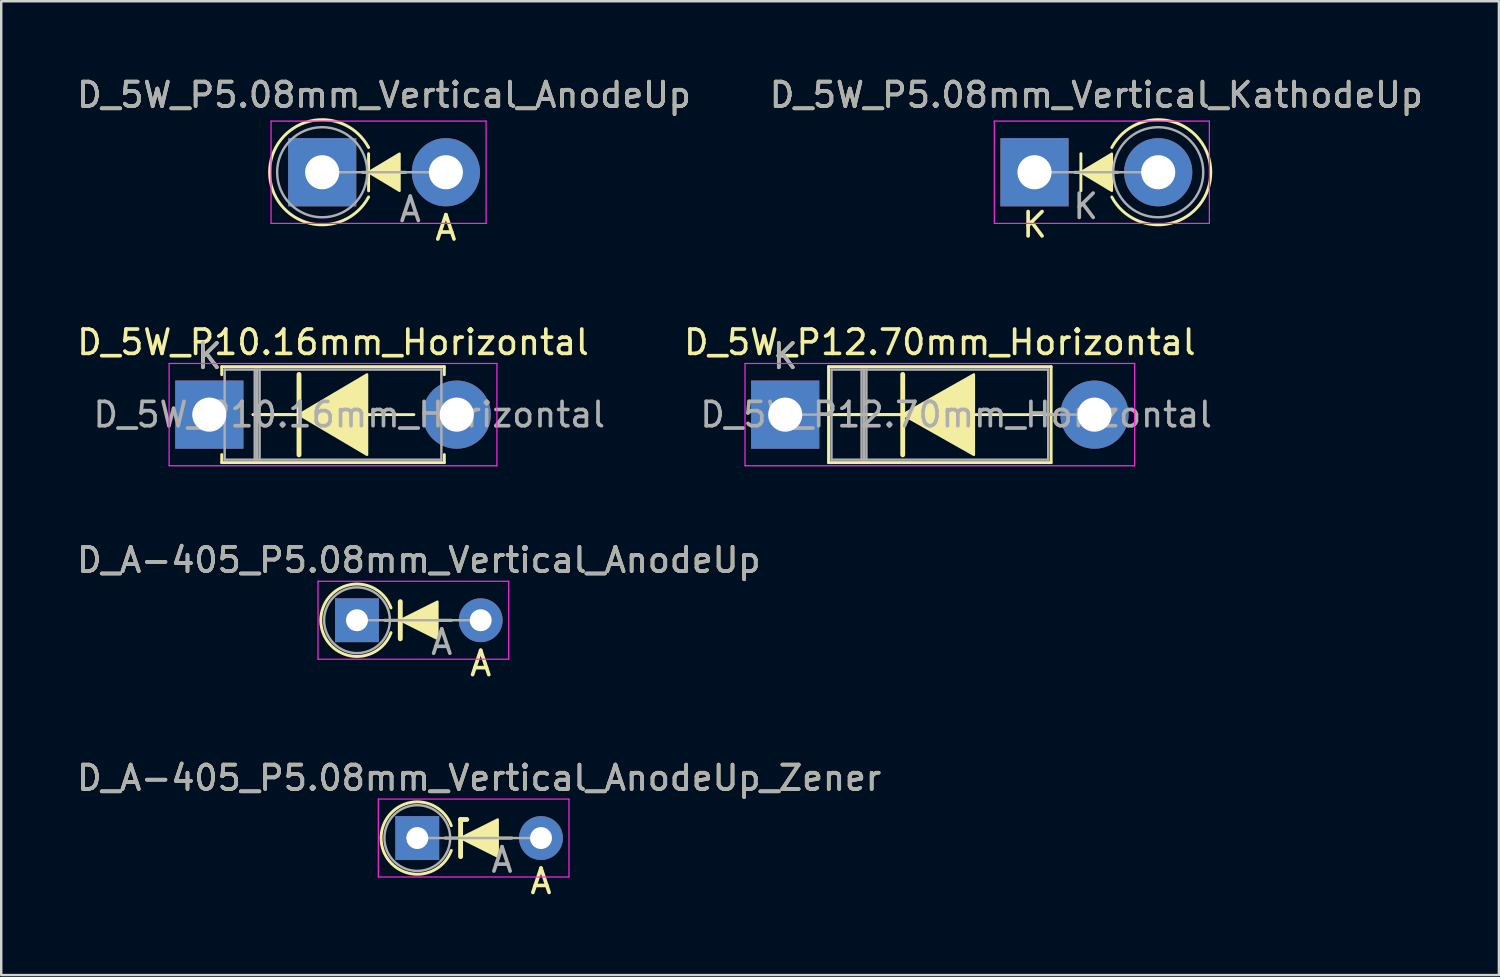
<source format=kicad_pcb>
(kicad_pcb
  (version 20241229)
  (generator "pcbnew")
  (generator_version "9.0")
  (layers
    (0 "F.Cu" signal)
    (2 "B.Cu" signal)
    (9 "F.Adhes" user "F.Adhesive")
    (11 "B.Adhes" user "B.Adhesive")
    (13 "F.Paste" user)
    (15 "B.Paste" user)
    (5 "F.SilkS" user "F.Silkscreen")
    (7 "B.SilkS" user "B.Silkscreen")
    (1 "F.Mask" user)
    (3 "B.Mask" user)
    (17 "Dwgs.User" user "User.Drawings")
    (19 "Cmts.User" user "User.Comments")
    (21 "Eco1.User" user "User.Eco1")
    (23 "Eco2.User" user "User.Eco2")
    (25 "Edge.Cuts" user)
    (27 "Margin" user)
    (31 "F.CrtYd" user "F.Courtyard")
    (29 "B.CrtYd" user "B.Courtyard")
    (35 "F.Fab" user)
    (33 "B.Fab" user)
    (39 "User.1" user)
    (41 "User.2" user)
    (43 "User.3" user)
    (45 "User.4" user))
  (footprint "D_5W_P12.70mm_Horizontal"
    (layer "F.Cu")
    (at 29.193 13.976)
    (property "Reference" "D_5W_P12.70mm_Horizontal" (at 6.35 -2.97 0) (layer "F.SilkS") (effects (font (size 1 1) (thickness 0.15))))
    (attr through_hole)
    (fp_line (start 1.64 0) (end 1.78 0) (stroke (width 0.12) (type solid)) (layer "F.SilkS"))
    (fp_line (start 1.78 -1.97) (end 1.78 1.97) (stroke (width 0.12) (type solid)) (layer "F.SilkS"))
    (fp_line (start 1.78 0) (end 4.826 0) (stroke (width 0.12) (type solid)) (layer "F.SilkS"))
    (fp_line (start 1.78 1.97) (end 10.92 1.97) (stroke (width 0.12) (type solid)) (layer "F.SilkS"))
    (fp_line (start 4.699 0) (end 2.2 0) (stroke (width 0.12) (type solid)) (layer "F.SilkS"))
    (fp_line (start 4.826 -1.651) (end 4.826 1.651) (stroke (width 0.2) (type solid)) (layer "F.SilkS"))
    (fp_line (start 10.92 -1.97) (end 1.78 -1.97) (stroke (width 0.12) (type solid)) (layer "F.SilkS"))
    (fp_line (start 10.92 0) (end 7.62 0) (stroke (width 0.12) (type solid)) (layer "F.SilkS"))
    (fp_line (start 10.92 1.97) (end 10.92 -1.97) (stroke (width 0.12) (type solid)) (layer "F.SilkS"))
    (fp_line (start 11.06 0) (end 10.92 0) (stroke (width 0.12) (type solid)) (layer "F.SilkS"))
    (fp_poly (pts (xy 7.747 1.651) (xy 4.826 0) (xy 7.747 -1.651)) (stroke (width 0.1) (type solid)) (fill yes) (layer "F.SilkS"))
    (fp_line (start -1.65 -2.1) (end -1.65 2.1) (stroke (width 0.05) (type solid)) (layer "F.CrtYd"))
    (fp_line (start -1.65 2.1) (end 14.35 2.1) (stroke (width 0.05) (type solid)) (layer "F.CrtYd"))
    (fp_line (start 14.35 -2.1) (end -1.65 -2.1) (stroke (width 0.05) (type solid)) (layer "F.CrtYd"))
    (fp_line (start 14.35 2.1) (end 14.35 -2.1) (stroke (width 0.05) (type solid)) (layer "F.CrtYd"))
    (fp_line (start 0 0) (end 1.9 0) (stroke (width 0.1) (type solid)) (layer "F.Fab"))
    (fp_line (start 1.9 -1.85) (end 1.9 1.85) (stroke (width 0.1) (type solid)) (layer "F.Fab"))
    (fp_line (start 1.9 1.85) (end 10.8 1.85) (stroke (width 0.1) (type solid)) (layer "F.Fab"))
    (fp_line (start 3.135 -1.85) (end 3.135 1.85) (stroke (width 0.1) (type solid)) (layer "F.Fab"))
    (fp_line (start 3.235 -1.85) (end 3.235 1.85) (stroke (width 0.1) (type solid)) (layer "F.Fab"))
    (fp_line (start 3.335 -1.85) (end 3.335 1.85) (stroke (width 0.1) (type solid)) (layer "F.Fab"))
    (fp_line (start 10.8 -1.85) (end 1.9 -1.85) (stroke (width 0.1) (type solid)) (layer "F.Fab"))
    (fp_line (start 10.8 1.85) (end 10.8 -1.85) (stroke (width 0.1) (type solid)) (layer "F.Fab"))
    (fp_line (start 12.7 0) (end 10.8 0) (stroke (width 0.1) (type solid)) (layer "F.Fab"))
    (fp_text user "K" (at 0 -2.4 0) (layer "F.SilkS") (effects (font (size 1 1) (thickness 0.15))))
    (fp_text user "${REFERENCE}" (at 7.018 0 0) (layer "F.Fab") (effects (font (size 1 1) (thickness 0.15))))
    (fp_text user "K" (at 0 -2.4 0) (layer "F.Fab") (effects (font (size 1 1) (thickness 0.15))))
    (pad "1" thru_hole rect (at 0 0) (size 2.8 2.8) (drill 1.4) (layers "*.Cu" "*.Mask"))
    (pad "2" thru_hole oval (at 12.7 0) (size 2.8 2.8) (drill 1.4) (layers "*.Cu" "*.Mask")))
  (footprint "D_A-405_P5.08mm_Vertical_AnodeUp_Zener"
    (layer "F.Cu")
    (at 14.085 31.363)
    (property "Reference" "D_A-405_P5.08mm_Vertical_AnodeUp_Zener" (at 2.54 -2.47 0) (layer "F.SilkS") (effects (font (size 1 1) (thickness 0.15))))
    (attr through_hole)
    (fp_line (start 1.143 0) (end 3.88 0) (stroke (width 0.12) (type solid)) (layer "F.SilkS"))
    (fp_line (start 1.778 -0.762) (end 1.778 0.762) (stroke (width 0.2) (type solid)) (layer "F.SilkS"))
    (fp_line (start 1.778 -0.762) (end 2.032 -0.762) (stroke (width 0.2) (type solid)) (layer "F.SilkS"))
    (fp_arc (start 1.396999 0.508) (mid -1.486496 0) (end 1.396999 -0.507999) (stroke (width 0.12) (type solid)) (layer "F.SilkS"))
    (fp_poly (pts (xy 3.302 0.762) (xy 1.778 0) (xy 3.302 -0.762)) (stroke (width 0.1) (type solid)) (fill yes) (layer "F.SilkS"))
    (fp_line (start -1.6 -1.6) (end -1.6 1.6) (stroke (width 0.05) (type solid)) (layer "F.CrtYd"))
    (fp_line (start -1.6 1.6) (end 6.23 1.6) (stroke (width 0.05) (type solid)) (layer "F.CrtYd"))
    (fp_line (start 6.23 -1.6) (end -1.6 -1.6) (stroke (width 0.05) (type solid)) (layer "F.CrtYd"))
    (fp_line (start 6.23 1.6) (end 6.23 -1.6) (stroke (width 0.05) (type solid)) (layer "F.CrtYd"))
    (fp_line (start 0 0) (end 5.08 0) (stroke (width 0.1) (type solid)) (layer "F.Fab"))
    (fp_circle (center 0 0) (end 1.35 0) (stroke (width 0.1) (type solid)) (fill no) (layer "F.Fab"))
    (fp_text user "A" (at 5.08 1.778 0) (layer "F.SilkS") (effects (font (size 1 1) (thickness 0.15))))
    (fp_text user "A" (at 3.48 0.9 0) (layer "F.Fab") (effects (font (size 1 1) (thickness 0.15))))
    (fp_text user "${REFERENCE}" (at 2.54 -2.47 0) (layer "F.Fab") (effects (font (size 1 1) (thickness 0.15))))
    (pad "1" thru_hole rect (at 0 0) (size 1.8 1.8) (drill 0.9) (layers "*.Cu" "*.Mask"))
    (pad "2" thru_hole oval (at 5.08 0) (size 1.8 1.8) (drill 0.9) (layers "*.Cu" "*.Mask")))
  (footprint "D_5W_P5.08mm_Vertical_KathodeUp"
    (layer "F.Cu")
    (at 39.43 4.023)
    (property "Reference" "D_5W_P5.08mm_Vertical_KathodeUp" (at 2.54 -3.175 0) (layer "F.SilkS") (effects (font (size 1 1) (thickness 0.15))))
    (attr through_hole)
    (fp_line (start 1.651 0) (end 3.429 0) (stroke (width 0.12) (type solid)) (layer "F.SilkS"))
    (fp_line (start 1.905 -0.762) (end 1.905 0.762) (stroke (width 0.12) (type solid)) (layer "F.SilkS"))
    (fp_arc (start 3.175 -1.016) (mid 7.238998 0) (end 3.175 1.016) (stroke (width 0.12) (type solid)) (layer "F.SilkS"))
    (fp_poly (pts (xy 3.175 0.762) (xy 1.905 0) (xy 3.175 -0.762)) (stroke (width 0.1) (type solid)) (fill yes) (layer "F.SilkS"))
    (fp_line (start -1.65 -2.1) (end -1.65 2.1) (stroke (width 0.05) (type solid)) (layer "F.CrtYd"))
    (fp_line (start -1.65 2.1) (end 7.18 2.1) (stroke (width 0.05) (type solid)) (layer "F.CrtYd"))
    (fp_line (start 7.18 -2.1) (end -1.65 -2.1) (stroke (width 0.05) (type solid)) (layer "F.CrtYd"))
    (fp_line (start 7.18 2.1) (end 7.18 -2.1) (stroke (width 0.05) (type solid)) (layer "F.CrtYd"))
    (fp_line (start 0 0) (end 5.08 0) (stroke (width 0.1) (type solid)) (layer "F.Fab"))
    (fp_circle (center 5.08 0) (end 6.93 0) (stroke (width 0.1) (type solid)) (fill no) (layer "F.Fab"))
    (fp_text user "K" (at 0 2.159 0) (layer "F.SilkS") (effects (font (size 1 1) (thickness 0.15))))
    (fp_text user "${REFERENCE}" (at 2.54 -3.175 0) (layer "F.Fab") (effects (font (size 1 1) (thickness 0.15))))
    (fp_text user "K" (at 2.1 1.4 0) (layer "F.Fab") (effects (font (size 1 1) (thickness 0.15))))
    (pad "1" thru_hole rect (at 0 0) (size 2.8 2.8) (drill 1.4) (layers "*.Cu" "*.Mask"))
    (pad "2" thru_hole oval (at 5.08 0) (size 2.8 2.8) (drill 1.4) (layers "*.Cu" "*.Mask")))
  (footprint "D_5W_P10.16mm_Horizontal"
    (layer "F.Cu")
    (at 5.545 13.976)
    (property "Reference" "D_5W_P10.16mm_Horizontal" (at 5.08 -2.97 0) (layer "F.SilkS") (effects (font (size 1 1) (thickness 0.15))))
    (attr through_hole)
    (fp_line (start 0.51 -1.97) (end 9.65 -1.97) (stroke (width 0.12) (type solid)) (layer "F.SilkS"))
    (fp_line (start 0.51 -1.64) (end 0.51 -1.97) (stroke (width 0.12) (type solid)) (layer "F.SilkS"))
    (fp_line (start 0.51 1.64) (end 0.51 1.97) (stroke (width 0.12) (type solid)) (layer "F.SilkS"))
    (fp_line (start 0.51 1.97) (end 9.65 1.97) (stroke (width 0.12) (type solid)) (layer "F.SilkS"))
    (fp_line (start 1.8 0) (end 3.4 0) (stroke (width 0.12) (type solid)) (layer "F.SilkS"))
    (fp_line (start 3.683 -1.651) (end 3.683 1.651) (stroke (width 0.2) (type solid)) (layer "F.SilkS"))
    (fp_line (start 3.683 0) (end 1.8 0) (stroke (width 0.12) (type solid)) (layer "F.SilkS"))
    (fp_line (start 8.4 0) (end 6.35 0) (stroke (width 0.12) (type solid)) (layer "F.SilkS"))
    (fp_line (start 9.65 -1.97) (end 9.65 -1.64) (stroke (width 0.12) (type solid)) (layer "F.SilkS"))
    (fp_line (start 9.65 1.97) (end 9.65 1.64) (stroke (width 0.12) (type solid)) (layer "F.SilkS"))
    (fp_poly (pts (xy 6.477 1.651) (xy 3.683 0) (xy 6.477 -1.651)) (stroke (width 0.1) (type solid)) (fill yes) (layer "F.SilkS"))
    (fp_line (start -1.65 -2.1) (end -1.65 2.1) (stroke (width 0.05) (type solid)) (layer "F.CrtYd"))
    (fp_line (start -1.65 2.1) (end 11.81 2.1) (stroke (width 0.05) (type solid)) (layer "F.CrtYd"))
    (fp_line (start 11.81 -2.1) (end -1.65 -2.1) (stroke (width 0.05) (type solid)) (layer "F.CrtYd"))
    (fp_line (start 11.81 2.1) (end 11.81 -2.1) (stroke (width 0.05) (type solid)) (layer "F.CrtYd"))
    (fp_line (start 0 0) (end 0.63 0) (stroke (width 0.1) (type solid)) (layer "F.Fab"))
    (fp_line (start 0.63 -1.85) (end 0.63 1.85) (stroke (width 0.1) (type solid)) (layer "F.Fab"))
    (fp_line (start 0.63 1.85) (end 9.53 1.85) (stroke (width 0.1) (type solid)) (layer "F.Fab"))
    (fp_line (start 1.865 -1.85) (end 1.865 1.85) (stroke (width 0.1) (type solid)) (layer "F.Fab"))
    (fp_line (start 1.965 -1.85) (end 1.965 1.85) (stroke (width 0.1) (type solid)) (layer "F.Fab"))
    (fp_line (start 2.065 -1.85) (end 2.065 1.85) (stroke (width 0.1) (type solid)) (layer "F.Fab"))
    (fp_line (start 9.53 -1.85) (end 0.63 -1.85) (stroke (width 0.1) (type solid)) (layer "F.Fab"))
    (fp_line (start 9.53 1.85) (end 9.53 -1.85) (stroke (width 0.1) (type solid)) (layer "F.Fab"))
    (fp_line (start 10.16 0) (end 9.53 0) (stroke (width 0.1) (type solid)) (layer "F.Fab"))
    (fp_text user "K" (at 0 -2.4 0) (layer "F.SilkS") (effects (font (size 1 1) (thickness 0.15))))
    (fp_text user "${REFERENCE}" (at 5.747 0 0) (layer "F.Fab") (effects (font (size 1 1) (thickness 0.15))))
    (fp_text user "K" (at 0 -2.4 0) (layer "F.Fab") (effects (font (size 1 1) (thickness 0.15))))
    (pad "1" thru_hole rect (at 0 0) (size 2.8 2.8) (drill 1.4) (layers "*.Cu" "*.Mask"))
    (pad "2" thru_hole oval (at 10.16 0) (size 2.8 2.8) (drill 1.4) (layers "*.Cu" "*.Mask")))
  (footprint "D_5W_P5.08mm_Vertical_AnodeUp"
    (layer "F.Cu")
    (at 10.18 4.023)
    (property "Reference" "D_5W_P5.08mm_Vertical_AnodeUp" (at 2.54 -3.175 0) (layer "F.SilkS") (effects (font (size 1 1) (thickness 0.15))))
    (attr through_hole)
    (fp_line (start 1.651 0) (end 3.429 0) (stroke (width 0.12) (type solid)) (layer "F.SilkS"))
    (fp_line (start 1.905 -0.762) (end 1.905 0.762) (stroke (width 0.12) (type solid)) (layer "F.SilkS"))
    (fp_arc (start 1.904999 1.016) (mid -2.158999 0) (end 1.904999 -1.016) (stroke (width 0.12) (type solid)) (layer "F.SilkS"))
    (fp_poly (pts (xy 3.175 0.762) (xy 1.905 0) (xy 3.175 -0.762)) (stroke (width 0.1) (type solid)) (fill yes) (layer "F.SilkS"))
    (fp_line (start -2.1 -2.1) (end -2.1 2.1) (stroke (width 0.05) (type solid)) (layer "F.CrtYd"))
    (fp_line (start -2.1 2.1) (end 6.73 2.1) (stroke (width 0.05) (type solid)) (layer "F.CrtYd"))
    (fp_line (start 6.73 -2.1) (end -2.1 -2.1) (stroke (width 0.05) (type solid)) (layer "F.CrtYd"))
    (fp_line (start 6.73 2.1) (end 6.73 -2.1) (stroke (width 0.05) (type solid)) (layer "F.CrtYd"))
    (fp_line (start 0 0) (end 5.08 0) (stroke (width 0.1) (type solid)) (layer "F.Fab"))
    (fp_circle (center 0 0) (end 1.85 0) (stroke (width 0.1) (type solid)) (fill no) (layer "F.Fab"))
    (fp_text user "A" (at 5.08 2.286 0) (layer "F.SilkS") (effects (font (size 1 1) (thickness 0.15))))
    (fp_text user "A" (at 3.615 1.527 0) (layer "F.Fab") (effects (font (size 1 1) (thickness 0.15))))
    (fp_text user "${REFERENCE}" (at 2.54 -3.175 0) (layer "F.Fab") (effects (font (size 1 1) (thickness 0.15))))
    (pad "1" thru_hole rect (at 0 0) (size 2.8 2.8) (drill 1.4) (layers "*.Cu" "*.Mask"))
    (pad "2" thru_hole oval (at 5.08 0) (size 2.8 2.8) (drill 1.4) (layers "*.Cu" "*.Mask")))
  (footprint "D_A-405_P5.08mm_Vertical_AnodeUp"
    (layer "F.Cu")
    (at 11.609 22.419)
    (property "Reference" "D_A-405_P5.08mm_Vertical_AnodeUp" (at 2.54 -2.47 0) (layer "F.SilkS") (effects (font (size 1 1) (thickness 0.15))))
    (attr through_hole)
    (fp_line (start 1.143 0) (end 3.88 0) (stroke (width 0.12) (type solid)) (layer "F.SilkS"))
    (fp_line (start 1.778 -0.762) (end 1.778 0.762) (stroke (width 0.2) (type solid)) (layer "F.SilkS"))
    (fp_arc (start 1.396999 0.508) (mid -1.486496 0) (end 1.396999 -0.507999) (stroke (width 0.12) (type solid)) (layer "F.SilkS"))
    (fp_poly (pts (xy 3.302 0.762) (xy 1.778 0) (xy 3.302 -0.762)) (stroke (width 0.1) (type solid)) (fill yes) (layer "F.SilkS"))
    (fp_line (start -1.6 -1.6) (end -1.6 1.6) (stroke (width 0.05) (type solid)) (layer "F.CrtYd"))
    (fp_line (start -1.6 1.6) (end 6.23 1.6) (stroke (width 0.05) (type solid)) (layer "F.CrtYd"))
    (fp_line (start 6.23 -1.6) (end -1.6 -1.6) (stroke (width 0.05) (type solid)) (layer "F.CrtYd"))
    (fp_line (start 6.23 1.6) (end 6.23 -1.6) (stroke (width 0.05) (type solid)) (layer "F.CrtYd"))
    (fp_line (start 0 0) (end 5.08 0) (stroke (width 0.1) (type solid)) (layer "F.Fab"))
    (fp_circle (center 0 0) (end 1.35 0) (stroke (width 0.1) (type solid)) (fill no) (layer "F.Fab"))
    (fp_text user "A" (at 5.08 1.778 0) (layer "F.SilkS") (effects (font (size 1 1) (thickness 0.15))))
    (fp_text user "${REFERENCE}" (at 2.54 -2.47 0) (layer "F.Fab") (effects (font (size 1 1) (thickness 0.15))))
    (fp_text user "A" (at 3.48 0.9 0) (layer "F.Fab") (effects (font (size 1 1) (thickness 0.15))))
    (pad "1" thru_hole rect (at 0 0) (size 1.8 1.8) (drill 0.9) (layers "*.Cu" "*.Mask"))
    (pad "2" thru_hole oval (at 5.08 0) (size 1.8 1.8) (drill 0.9) (layers "*.Cu" "*.Mask")))
  (gr_rect
    (start -3 -3)
    (end 58.5 36.99)
    (stroke (width 0.1) (type default))
    (fill no)
    (layer "Edge.Cuts")))
</source>
